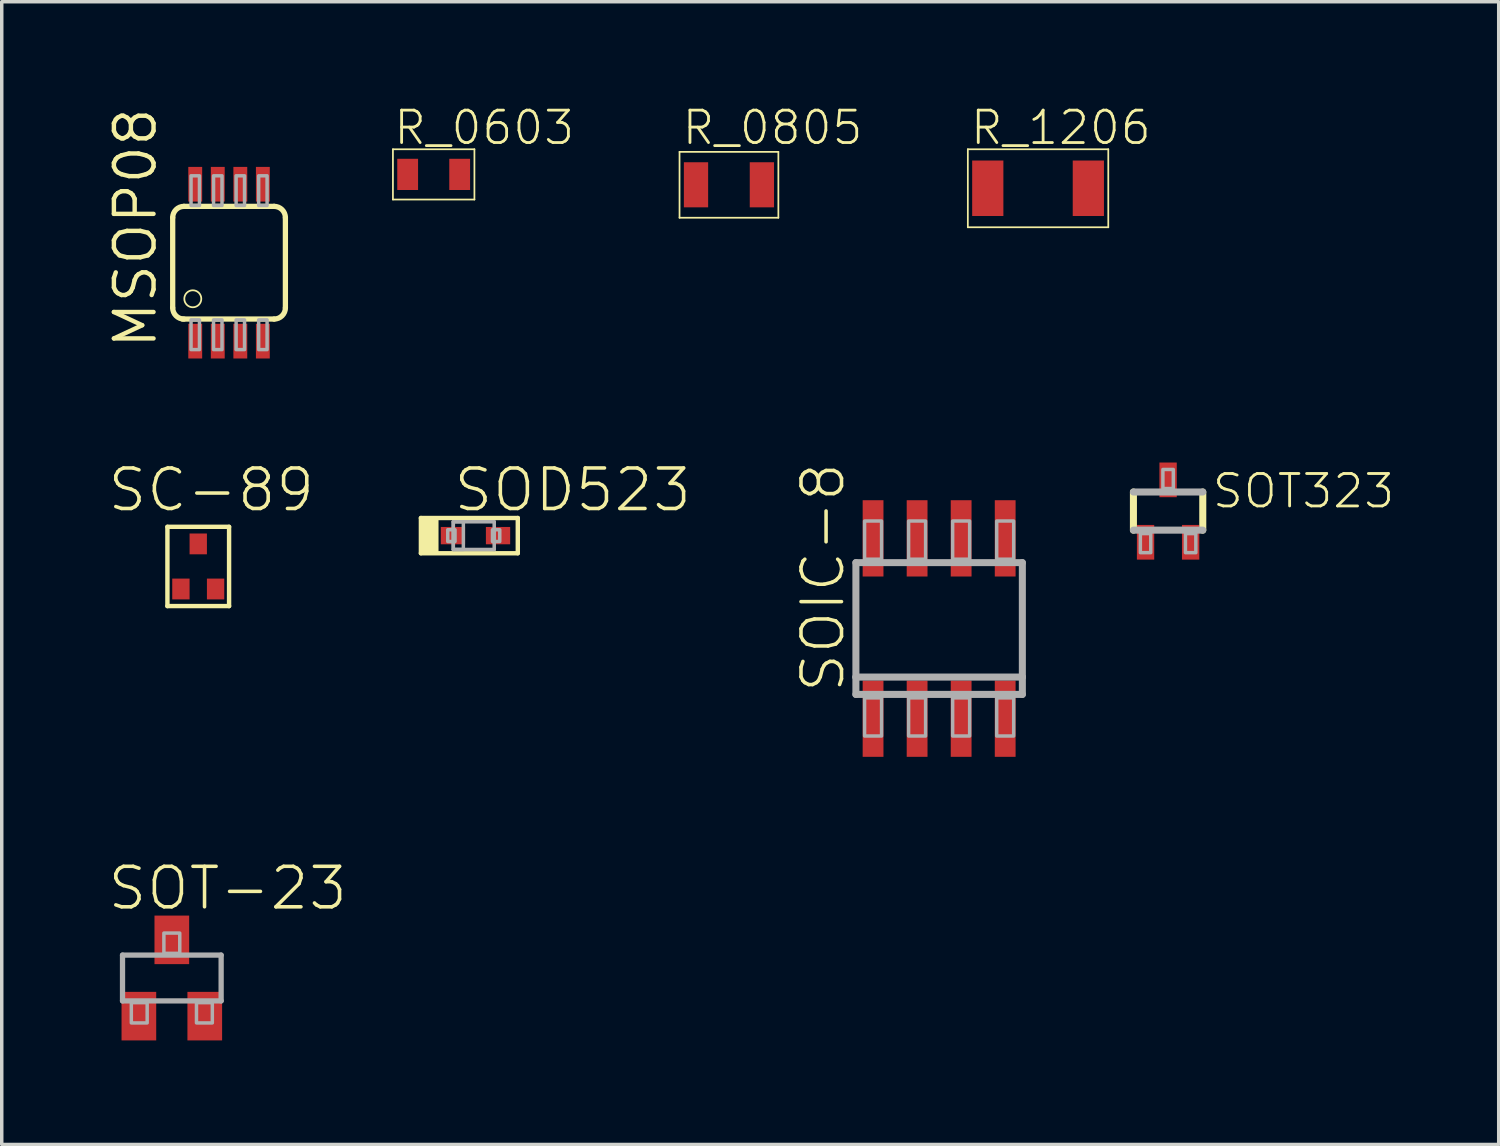
<source format=kicad_pcb>
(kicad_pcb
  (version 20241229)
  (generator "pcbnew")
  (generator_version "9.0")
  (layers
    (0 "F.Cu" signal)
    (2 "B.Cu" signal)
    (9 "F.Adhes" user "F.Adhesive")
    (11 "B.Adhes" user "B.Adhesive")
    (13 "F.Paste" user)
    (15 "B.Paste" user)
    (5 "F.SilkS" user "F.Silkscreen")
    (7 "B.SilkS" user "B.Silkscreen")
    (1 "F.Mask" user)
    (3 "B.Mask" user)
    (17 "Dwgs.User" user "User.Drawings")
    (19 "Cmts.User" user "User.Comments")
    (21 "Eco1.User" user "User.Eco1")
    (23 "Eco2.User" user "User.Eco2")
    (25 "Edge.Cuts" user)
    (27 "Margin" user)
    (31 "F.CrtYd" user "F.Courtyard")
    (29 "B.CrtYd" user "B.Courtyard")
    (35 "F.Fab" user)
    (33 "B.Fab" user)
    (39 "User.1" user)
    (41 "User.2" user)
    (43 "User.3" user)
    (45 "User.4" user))
  (footprint "R_0603"
    (layer "F.Cu")
    (at 9.456 1.979)
    (property "Reference" "R_0603" (at -1.2 -0.8 0) (unlocked yes) (layer "F.SilkS") (effects (font (size 0.935 0.935) (thickness 0.081)) (justify left bottom)))
    (fp_line (start -1.175 -0.725) (end -1.175 0.725) (stroke (width 0.05) (type solid)) (layer "F.SilkS"))
    (fp_line (start -1.175 0.725) (end 1.175 0.725) (stroke (width 0.05) (type solid)) (layer "F.SilkS"))
    (fp_line (start 1.175 -0.725) (end -1.175 -0.725) (stroke (width 0.05) (type solid)) (layer "F.SilkS"))
    (fp_line (start 1.175 0.725) (end 1.175 -0.725) (stroke (width 0.05) (type solid)) (layer "F.SilkS"))
    (pad "P$1" smd rect (at -0.75 0) (size 0.6 0.9) (layers "F.Cu" "F.Mask" "F.Paste"))
    (pad "P$2" smd rect (at 0.75 0) (size 0.6 0.9) (layers "F.Cu" "F.Mask" "F.Paste")))
  (footprint "R_1206"
    (layer "F.Cu")
    (at 26.885 2.379)
    (property "Reference" "R_1206" (at -2 -1.2 0) (unlocked yes) (layer "F.SilkS") (effects (font (size 0.935 0.935) (thickness 0.081)) (justify left bottom)))
    (fp_line (start -2.025 -1.125) (end -2.025 1.125) (stroke (width 0.05) (type solid)) (layer "F.SilkS"))
    (fp_line (start -2.025 1.125) (end 2.025 1.125) (stroke (width 0.05) (type solid)) (layer "F.SilkS"))
    (fp_line (start 2.025 -1.125) (end -2.025 -1.125) (stroke (width 0.05) (type solid)) (layer "F.SilkS"))
    (fp_line (start 2.025 1.125) (end 2.025 -1.125) (stroke (width 0.05) (type solid)) (layer "F.SilkS"))
    (pad "P$1" smd rect (at -1.45 0) (size 0.9 1.6) (layers "F.Cu" "F.Mask" "F.Paste"))
    (pad "P$2" smd rect (at 1.45 0) (size 0.9 1.6) (layers "F.Cu" "F.Mask" "F.Paste")))
  (footprint "MSOP08"
    (layer "F.Cu")
    (at 3.556 4.525)
    (property "Reference" "MSOP08" (at -2.032 2.54 90) (unlocked yes) (layer "F.SilkS") (effects (font (size 1.143 1.143) (thickness 0.127)) (justify left bottom)))
    (fp_line (start -1.626 1.301) (end -1.626 -1.299) (stroke (width 0.152) (type solid)) (layer "F.SilkS"))
    (fp_line (start -1.341 1.626) (end 1.299 1.626) (stroke (width 0.152) (type solid)) (layer "F.SilkS"))
    (fp_line (start -1.301 -1.624) (end 1.299 -1.624) (stroke (width 0.152) (type solid)) (layer "F.SilkS"))
    (fp_line (start 1.624 -1.299) (end 1.624 1.301) (stroke (width 0.152) (type solid)) (layer "F.SilkS"))
    (fp_arc (start -1.626 -1.299) (mid -1.53081 -1.52881) (end -1.301 -1.624) (stroke (width 0.1524) (type solid)) (layer "F.SilkS"))
    (fp_arc (start -1.301 1.626) (mid -1.53081 1.53081) (end -1.626 1.301) (stroke (width 0.1524) (type solid)) (layer "F.SilkS"))
    (fp_arc (start 1.299 -1.624) (mid 1.52881 -1.52881) (end 1.624 -1.299) (stroke (width 0.1524) (type solid)) (layer "F.SilkS"))
    (fp_arc (start 1.624 1.301) (mid 1.52881 1.53081) (end 1.299 1.626) (stroke (width 0.1524) (type solid)) (layer "F.SilkS"))
    (fp_circle (center -1.046 1.041) (end -0.801 1.041) (stroke (width 0.051) (type solid)) (fill no) (layer "F.SilkS"))
    (fp_poly (pts (xy -1.097 -1.65) (xy -0.854 -1.65) (xy -0.854 -2.506) (xy -1.097 -2.506)) (stroke (width 0.1) (type default)) (fill no) (layer "F.Fab"))
    (fp_poly (pts (xy -1.097 2.507) (xy -0.854 2.507) (xy -0.854 1.65) (xy -1.097 1.65)) (stroke (width 0.1) (type default)) (fill no) (layer "F.Fab"))
    (fp_poly (pts (xy -0.448 -1.65) (xy -0.204 -1.65) (xy -0.204 -2.506) (xy -0.448 -2.506)) (stroke (width 0.1) (type default)) (fill no) (layer "F.Fab"))
    (fp_poly (pts (xy -0.448 2.507) (xy -0.204 2.507) (xy -0.204 1.65) (xy -0.448 1.65)) (stroke (width 0.1) (type default)) (fill no) (layer "F.Fab"))
    (fp_poly (pts (xy 0.203 -1.65) (xy 0.446 -1.65) (xy 0.446 -2.506) (xy 0.203 -2.506)) (stroke (width 0.1) (type default)) (fill no) (layer "F.Fab"))
    (fp_poly (pts (xy 0.203 2.507) (xy 0.446 2.507) (xy 0.446 1.65) (xy 0.203 1.65)) (stroke (width 0.1) (type default)) (fill no) (layer "F.Fab"))
    (fp_poly (pts (xy 0.853 -1.65) (xy 1.096 -1.65) (xy 1.096 -2.506) (xy 0.853 -2.506)) (stroke (width 0.1) (type default)) (fill no) (layer "F.Fab"))
    (fp_poly (pts (xy 0.853 2.507) (xy 1.096 2.507) (xy 1.096 1.65) (xy 0.853 1.65)) (stroke (width 0.1) (type default)) (fill no) (layer "F.Fab"))
    (pad "1" smd rect (at -0.976 2.263) (size 0.4 1) (layers "F.Cu" "F.Mask" "F.Paste"))
    (pad "2" smd rect (at -0.326 2.263) (size 0.4 1) (layers "F.Cu" "F.Mask" "F.Paste"))
    (pad "3" smd rect (at 0.324 2.263) (size 0.4 1) (layers "F.Cu" "F.Mask" "F.Paste"))
    (pad "4" smd rect (at 0.974 2.263) (size 0.4 1) (layers "F.Cu" "F.Mask" "F.Paste"))
    (pad "5" smd rect (at 0.974 -2.262) (size 0.4 1) (layers "F.Cu" "F.Mask" "F.Paste"))
    (pad "6" smd rect (at 0.324 -2.262) (size 0.4 1) (layers "F.Cu" "F.Mask" "F.Paste"))
    (pad "7" smd rect (at -0.326 -2.262) (size 0.4 1) (layers "F.Cu" "F.Mask" "F.Paste"))
    (pad "8" smd rect (at -0.976 -2.262) (size 0.4 1) (layers "F.Cu" "F.Mask" "F.Paste")))
  (footprint "SOT323"
    (layer "F.Cu")
    (at 30.635 11.688)
    (property "Reference" "SOT323" (at 1.225 -0.03 0) (unlocked yes) (layer "F.SilkS") (effects (font (size 0.935 0.935) (thickness 0.081)) (justify left bottom)))
    (fp_line (start -1 -0.55) (end -1 0.55) (stroke (width 0.203) (type solid)) (layer "F.SilkS"))
    (fp_line (start 1 0.55) (end 1 -0.55) (stroke (width 0.203) (type solid)) (layer "F.SilkS"))
    (fp_line (start -1 0.55) (end 1 0.55) (stroke (width 0.203) (type solid)) (layer "F.Fab"))
    (fp_line (start 1 -0.55) (end -1 -0.55) (stroke (width 0.203) (type solid)) (layer "F.Fab"))
    (fp_poly (pts (xy -0.8 1.2) (xy -0.5 1.2) (xy -0.5 0.65) (xy -0.8 0.65)) (stroke (width 0.1) (type default)) (fill no) (layer "F.Fab"))
    (fp_poly (pts (xy -0.15 -0.65) (xy 0.15 -0.65) (xy 0.15 -1.2) (xy -0.15 -1.2)) (stroke (width 0.1) (type default)) (fill no) (layer "F.Fab"))
    (fp_poly (pts (xy 0.5 1.2) (xy 0.8 1.2) (xy 0.8 0.65) (xy 0.5 0.65)) (stroke (width 0.1) (type default)) (fill no) (layer "F.Fab"))
    (pad "1" smd rect (at -0.65 0.9) (size 0.5 1) (layers "F.Cu" "F.Mask" "F.Paste"))
    (pad "2" smd rect (at 0.65 0.9) (size 0.5 1) (layers "F.Cu" "F.Mask" "F.Paste"))
    (pad "3" smd rect (at 0 -0.9) (size 0.5 1) (layers "F.Cu" "F.Mask" "F.Paste")))
  (footprint "SC-89"
    (layer "F.Cu")
    (at 2.667 13.285)
    (property "Reference" "SC-89" (at -2.667 -1.524 0) (unlocked yes) (layer "F.SilkS") (effects (font (size 1.168 1.168) (thickness 0.102)) (justify left bottom)))
    (fp_line (start -0.889 -1.143) (end 0.889 -1.143) (stroke (width 0.127) (type solid)) (layer "F.SilkS"))
    (fp_line (start -0.889 1.143) (end -0.889 -1.143) (stroke (width 0.127) (type solid)) (layer "F.SilkS"))
    (fp_line (start 0.889 -1.143) (end 0.889 1.143) (stroke (width 0.127) (type solid)) (layer "F.SilkS"))
    (fp_line (start 0.889 1.143) (end -0.889 1.143) (stroke (width 0.127) (type solid)) (layer "F.SilkS"))
    (pad "P$1" smd rect (at -0.5 0.65 90) (size 0.6 0.5) (layers "F.Cu" "F.Mask" "F.Paste"))
    (pad "P$2" smd rect (at 0.5 0.65 90) (size 0.6 0.5) (layers "F.Cu" "F.Mask" "F.Paste"))
    (pad "P$3" smd rect (at 0 -0.65 90) (size 0.6 0.5) (layers "F.Cu" "F.Mask" "F.Paste")))
  (footprint "R_0805"
    (layer "F.Cu")
    (at 17.971 2.279)
    (property "Reference" "R_0805" (at -1.4 -1.1 0) (unlocked yes) (layer "F.SilkS") (effects (font (size 0.935 0.935) (thickness 0.081)) (justify left bottom)))
    (fp_line (start -1.425 -0.95) (end 1.425 -0.95) (stroke (width 0.05) (type solid)) (layer "F.SilkS"))
    (fp_line (start -1.425 0.95) (end -1.425 -0.95) (stroke (width 0.05) (type solid)) (layer "F.SilkS"))
    (fp_line (start 1.425 -0.95) (end 1.425 0.95) (stroke (width 0.05) (type solid)) (layer "F.SilkS"))
    (fp_line (start 1.425 0.95) (end -1.425 0.95) (stroke (width 0.05) (type solid)) (layer "F.SilkS"))
    (pad "P$1" smd rect (at -0.95 0) (size 0.7 1.3) (layers "F.Cu" "F.Mask" "F.Paste"))
    (pad "P$2" smd rect (at 0.95 0) (size 0.7 1.3) (layers "F.Cu" "F.Mask" "F.Paste")))
  (footprint "SOD523"
    (layer "F.Cu")
    (at 10.612 12.396)
    (property "Reference" "SOD523" (at -0.635 -0.635 0) (unlocked yes) (layer "F.SilkS") (effects (font (size 1.168 1.168) (thickness 0.102)) (justify left bottom)))
    (fp_line (start -1.524 -0.508) (end -1.524 0.508) (stroke (width 0.127) (type solid)) (layer "F.SilkS"))
    (fp_line (start -1.524 0.508) (end 1.27 0.508) (stroke (width 0.127) (type solid)) (layer "F.SilkS"))
    (fp_line (start 1.27 -0.508) (end -1.524 -0.508) (stroke (width 0.127) (type solid)) (layer "F.SilkS"))
    (fp_line (start 1.27 0.508) (end 1.27 -0.508) (stroke (width 0.127) (type solid)) (layer "F.SilkS"))
    (fp_poly (pts (xy -1.524 0.508) (xy -1.016 0.508) (xy -1.016 -0.508) (xy -1.524 -0.508)) (stroke (width 0) (type default)) (fill yes) (layer "F.SilkS"))
    (fp_line (start -0.59 -0.4) (end 0.59 -0.4) (stroke (width 0.102) (type solid)) (layer "F.Fab"))
    (fp_line (start -0.59 0.4) (end -0.59 -0.4) (stroke (width 0.102) (type solid)) (layer "F.Fab"))
    (fp_line (start 0.59 -0.4) (end 0.59 0.4) (stroke (width 0.102) (type solid)) (layer "F.Fab"))
    (fp_line (start 0.59 0.4) (end -0.59 0.4) (stroke (width 0.102) (type solid)) (layer "F.Fab"))
    (fp_poly (pts (xy -0.75 0.17) (xy -0.54 0.17) (xy -0.54 -0.17) (xy -0.75 -0.17)) (stroke (width 0.1) (type default)) (fill no) (layer "F.Fab"))
    (fp_poly (pts (xy -0.59 0.4) (xy -0.3 0.4) (xy -0.3 -0.4) (xy -0.59 -0.4)) (stroke (width 0.1) (type default)) (fill no) (layer "F.Fab"))
    (fp_poly (pts (xy 0.54 0.17) (xy 0.75 0.17) (xy 0.75 -0.17) (xy 0.54 -0.17)) (stroke (width 0.1) (type default)) (fill no) (layer "F.Fab"))
    (pad "A" smd rect (at 0.7 0) (size 0.7 0.5) (layers "F.Cu" "F.Mask" "F.Paste"))
    (pad "C" smd rect (at -0.6 0) (size 0.7 0.5) (layers "F.Cu" "F.Mask" "F.Paste")))
  (footprint "SOIC-8"
    (layer "F.Cu")
    (at 24.032 15.075)
    (property "Reference" "SOIC-8" (at -2.667 1.905 90) (unlocked yes) (layer "F.SilkS") (effects (font (size 1.168 1.168) (thickness 0.102)) (justify left bottom)))
    (fp_line (start -2.4 -1.9) (end 2.4 -1.9) (stroke (width 0.203) (type solid)) (layer "F.Fab"))
    (fp_line (start -2.4 1.4) (end -2.4 -1.9) (stroke (width 0.203) (type solid)) (layer "F.Fab"))
    (fp_line (start -2.4 1.9) (end -2.4 1.4) (stroke (width 0.203) (type solid)) (layer "F.Fab"))
    (fp_line (start 2.4 -1.9) (end 2.4 1.4) (stroke (width 0.203) (type solid)) (layer "F.Fab"))
    (fp_line (start 2.4 1.4) (end -2.4 1.4) (stroke (width 0.203) (type solid)) (layer "F.Fab"))
    (fp_line (start 2.4 1.4) (end 2.4 1.9) (stroke (width 0.203) (type solid)) (layer "F.Fab"))
    (fp_line (start 2.4 1.9) (end -2.4 1.9) (stroke (width 0.203) (type solid)) (layer "F.Fab"))
    (fp_poly (pts (xy -2.15 -2) (xy -1.66 -2) (xy -1.66 -3.1) (xy -2.15 -3.1)) (stroke (width 0.1) (type default)) (fill no) (layer "F.Fab"))
    (fp_poly (pts (xy -2.15 3.1) (xy -1.66 3.1) (xy -1.66 2) (xy -2.15 2)) (stroke (width 0.1) (type default)) (fill no) (layer "F.Fab"))
    (fp_poly (pts (xy -0.88 -2) (xy -0.39 -2) (xy -0.39 -3.1) (xy -0.88 -3.1)) (stroke (width 0.1) (type default)) (fill no) (layer "F.Fab"))
    (fp_poly (pts (xy -0.88 3.1) (xy -0.39 3.1) (xy -0.39 2) (xy -0.88 2)) (stroke (width 0.1) (type default)) (fill no) (layer "F.Fab"))
    (fp_poly (pts (xy 0.39 -2) (xy 0.88 -2) (xy 0.88 -3.1) (xy 0.39 -3.1)) (stroke (width 0.1) (type default)) (fill no) (layer "F.Fab"))
    (fp_poly (pts (xy 0.39 3.1) (xy 0.88 3.1) (xy 0.88 2) (xy 0.39 2)) (stroke (width 0.1) (type default)) (fill no) (layer "F.Fab"))
    (fp_poly (pts (xy 1.66 -2) (xy 2.15 -2) (xy 2.15 -3.1) (xy 1.66 -3.1)) (stroke (width 0.1) (type default)) (fill no) (layer "F.Fab"))
    (fp_poly (pts (xy 1.66 3.1) (xy 2.15 3.1) (xy 2.15 2) (xy 1.66 2)) (stroke (width 0.1) (type default)) (fill no) (layer "F.Fab"))
    (pad "1" smd rect (at -1.905 2.6) (size 0.6 2.2) (layers "F.Cu" "F.Mask" "F.Paste"))
    (pad "2" smd rect (at -0.635 2.6) (size 0.6 2.2) (layers "F.Cu" "F.Mask" "F.Paste"))
    (pad "3" smd rect (at 0.635 2.6) (size 0.6 2.2) (layers "F.Cu" "F.Mask" "F.Paste"))
    (pad "4" smd rect (at 1.905 2.6) (size 0.6 2.2) (layers "F.Cu" "F.Mask" "F.Paste"))
    (pad "5" smd rect (at 1.905 -2.6) (size 0.6 2.2) (layers "F.Cu" "F.Mask" "F.Paste"))
    (pad "6" smd rect (at 0.635 -2.6) (size 0.6 2.2) (layers "F.Cu" "F.Mask" "F.Paste"))
    (pad "7" smd rect (at -0.635 -2.6) (size 0.6 2.2) (layers "F.Cu" "F.Mask" "F.Paste"))
    (pad "8" smd rect (at -1.905 -2.6) (size 0.6 2.2) (layers "F.Cu" "F.Mask" "F.Paste")))
  (footprint "SOT-23"
    (layer "F.Cu")
    (at 1.905 25.153)
    (property "Reference" "SOT-23" (at -1.905 -1.905 0) (unlocked yes) (layer "F.SilkS") (effects (font (size 1.168 1.168) (thickness 0.102)) (justify left bottom)))
    (fp_line (start -1.422 -0.66) (end 1.422 -0.66) (stroke (width 0.152) (type solid)) (layer "F.Fab"))
    (fp_line (start -1.422 0.66) (end -1.422 -0.66) (stroke (width 0.152) (type solid)) (layer "F.Fab"))
    (fp_line (start 1.422 -0.66) (end 1.422 0.66) (stroke (width 0.152) (type solid)) (layer "F.Fab"))
    (fp_line (start 1.422 0.66) (end -1.422 0.66) (stroke (width 0.152) (type solid)) (layer "F.Fab"))
    (fp_poly (pts (xy -1.168 1.295) (xy -0.711 1.295) (xy -0.711 0.711) (xy -1.168 0.711)) (stroke (width 0.1) (type default)) (fill no) (layer "F.Fab"))
    (fp_poly (pts (xy -0.229 -0.711) (xy 0.229 -0.711) (xy 0.229 -1.295) (xy -0.229 -1.295)) (stroke (width 0.1) (type default)) (fill no) (layer "F.Fab"))
    (fp_poly (pts (xy 0.711 1.295) (xy 1.168 1.295) (xy 1.168 0.711) (xy 0.711 0.711)) (stroke (width 0.1) (type default)) (fill no) (layer "F.Fab"))
    (pad "1" smd rect (at -0.95 1.1) (size 1 1.4) (layers "F.Cu" "F.Mask" "F.Paste"))
    (pad "2" smd rect (at 0.95 1.1) (size 1 1.4) (layers "F.Cu" "F.Mask" "F.Paste"))
    (pad "3" smd rect (at 0 -1.1) (size 1 1.4) (layers "F.Cu" "F.Mask" "F.Paste")))
  (gr_rect
    (start -3 -3)
    (end 40.169 29.953)
    (stroke (width 0.1) (type default))
    (fill no)
    (layer "Edge.Cuts")))
</source>
